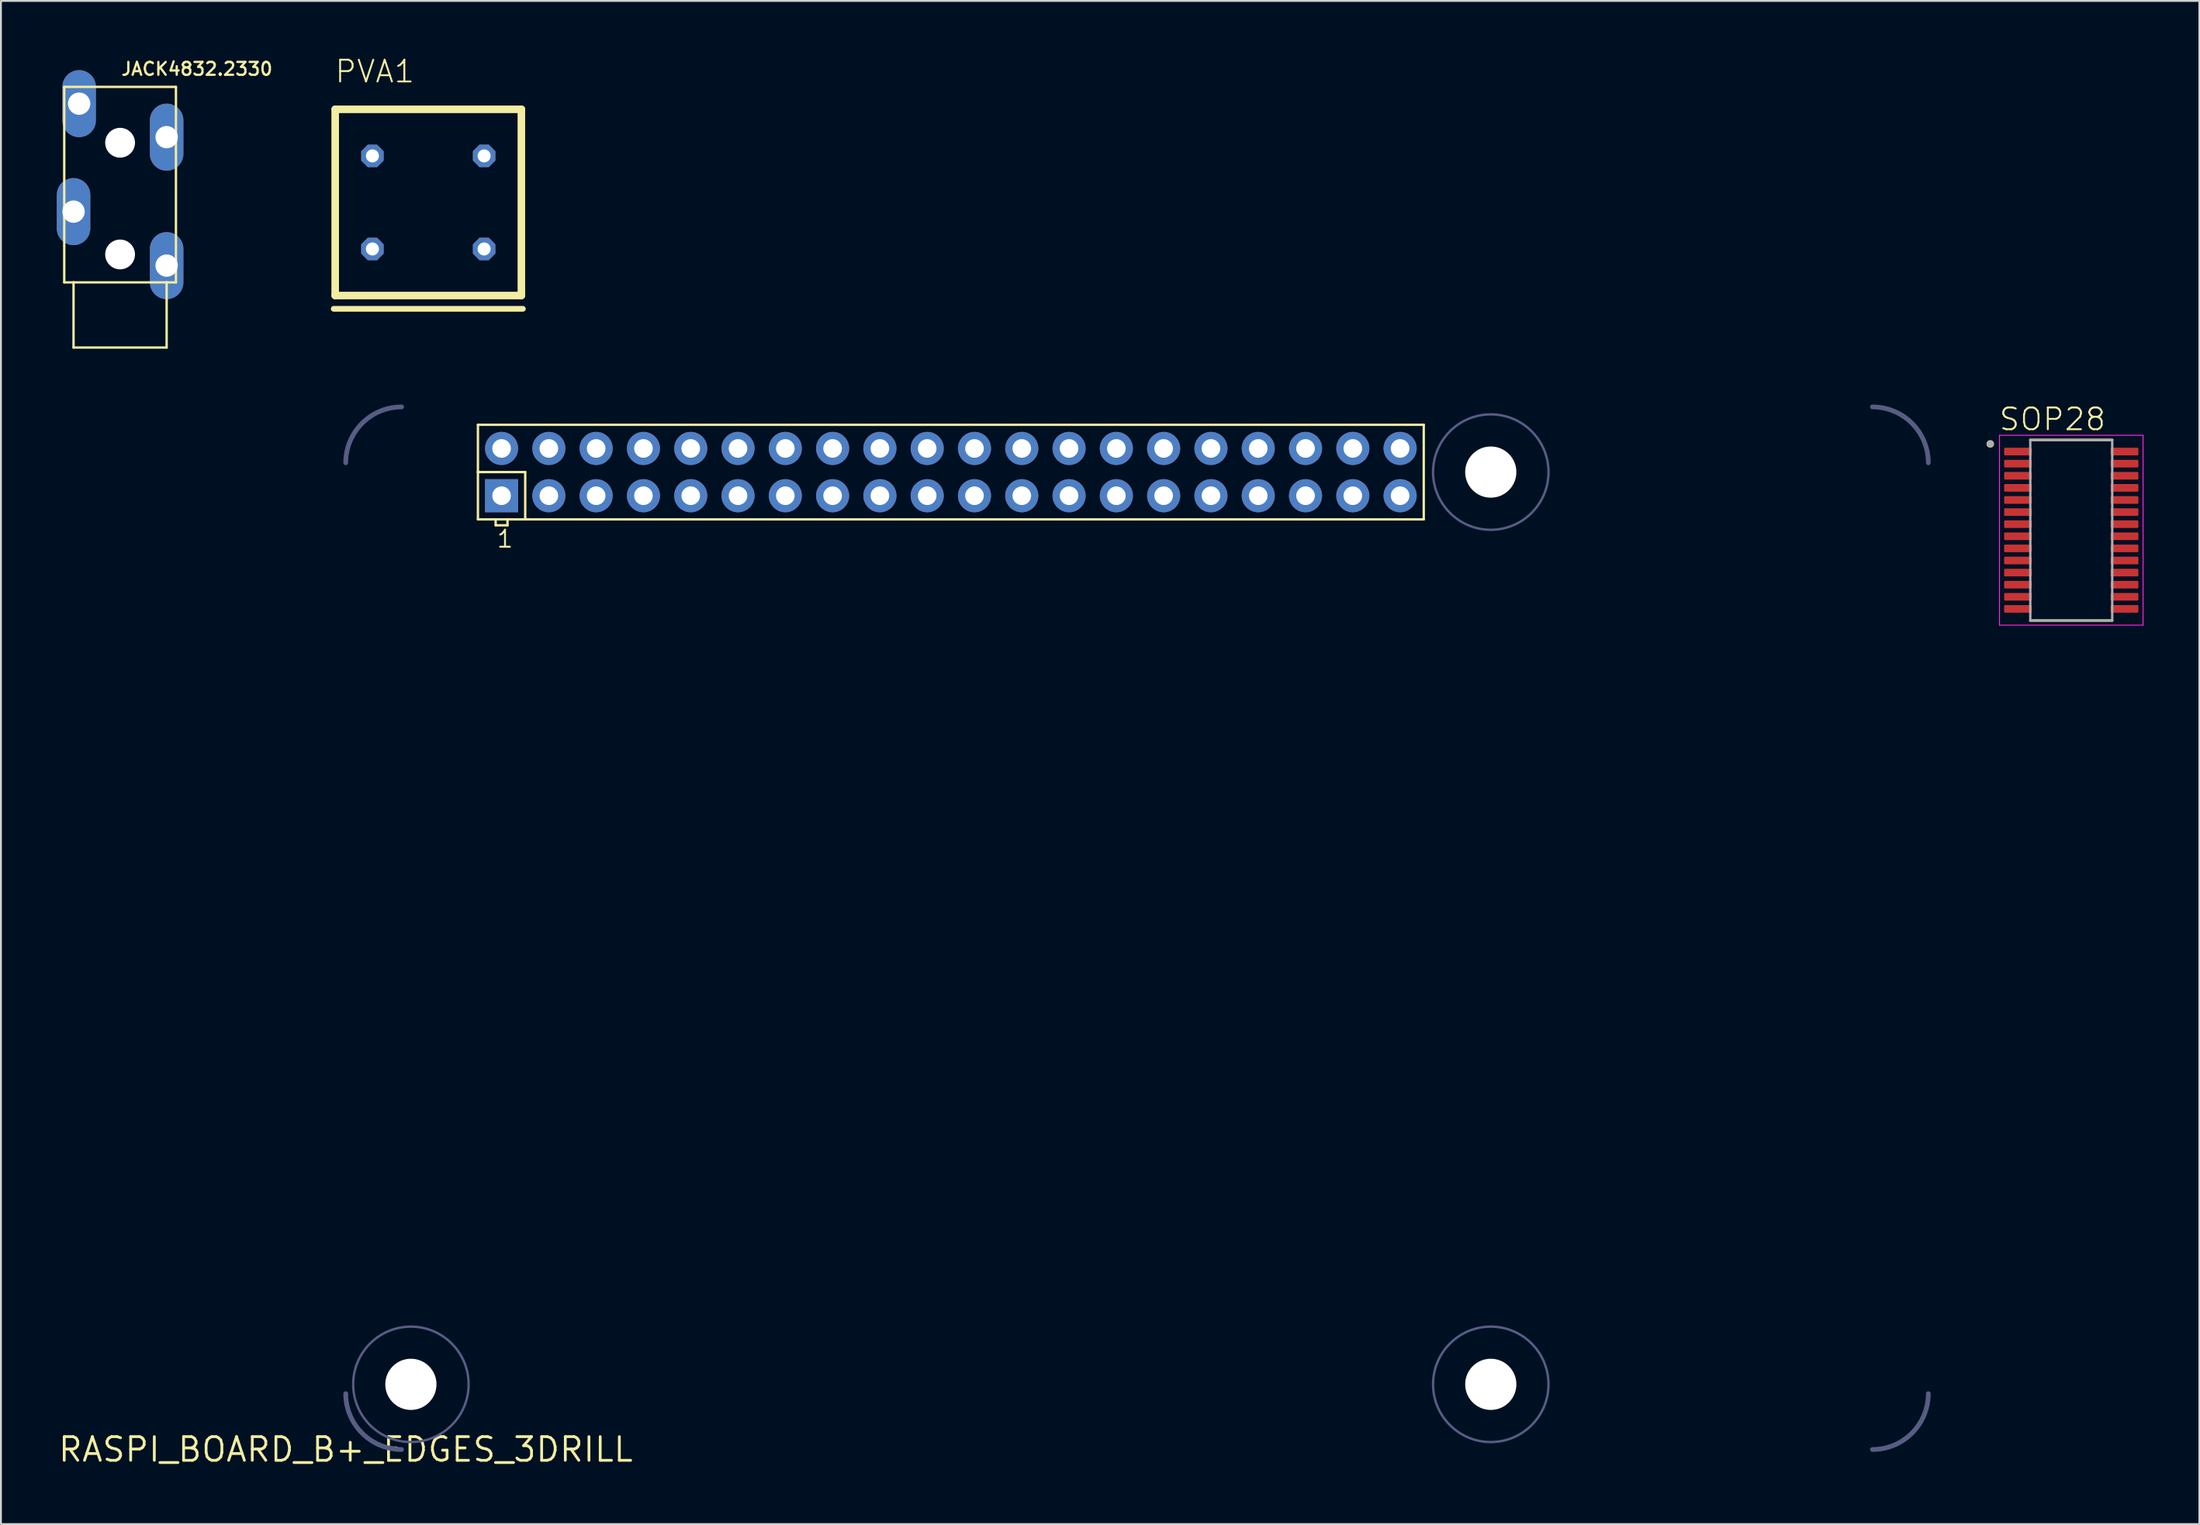
<source format=kicad_pcb>
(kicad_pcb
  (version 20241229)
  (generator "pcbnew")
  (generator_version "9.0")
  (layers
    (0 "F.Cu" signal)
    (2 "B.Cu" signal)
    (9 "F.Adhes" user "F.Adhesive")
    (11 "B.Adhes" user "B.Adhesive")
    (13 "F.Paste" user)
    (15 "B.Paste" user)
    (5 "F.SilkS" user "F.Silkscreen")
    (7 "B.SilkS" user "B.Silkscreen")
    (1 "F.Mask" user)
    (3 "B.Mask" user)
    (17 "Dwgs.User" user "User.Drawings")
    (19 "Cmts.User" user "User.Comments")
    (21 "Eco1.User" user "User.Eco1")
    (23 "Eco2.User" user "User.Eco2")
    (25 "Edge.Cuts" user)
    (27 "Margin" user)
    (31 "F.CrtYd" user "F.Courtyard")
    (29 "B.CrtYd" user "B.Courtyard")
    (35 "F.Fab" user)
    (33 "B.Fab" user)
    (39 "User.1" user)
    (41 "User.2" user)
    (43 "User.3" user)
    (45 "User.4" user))
  (footprint "SOP28"
    (layer "F.Cu")
    (at 108.196 25.43)
    (property "Reference" "SOP28" (at -3.94 -5.277 0) (layer "F.SilkS") (effects (font (size 1.168 1.168) (thickness 0.102)) (justify left bottom)))
    (fp_line (start -2.2 -4.85) (end 2.2 -4.85) (stroke (width 0.127) (type solid)) (layer "F.SilkS"))
    (fp_line (start -2.2 4.85) (end 2.2 4.85) (stroke (width 0.127) (type solid)) (layer "F.SilkS"))
    (fp_circle (center -4.35 -4.635) (end -4.25 -4.635) (stroke (width 0.2) (type solid)) (fill no) (layer "F.SilkS"))
    (fp_line (start -3.855 -5.1) (end -3.855 5.1) (stroke (width 0.05) (type solid)) (layer "F.CrtYd"))
    (fp_line (start -3.855 -5.1) (end 3.855 -5.1) (stroke (width 0.05) (type solid)) (layer "F.CrtYd"))
    (fp_line (start -3.855 5.1) (end 3.855 5.1) (stroke (width 0.05) (type solid)) (layer "F.CrtYd"))
    (fp_line (start 3.855 -5.1) (end 3.855 5.1) (stroke (width 0.05) (type solid)) (layer "F.CrtYd"))
    (fp_line (start -2.2 -4.85) (end -2.2 4.85) (stroke (width 0.127) (type solid)) (layer "F.Fab"))
    (fp_line (start -2.2 -4.85) (end 2.2 -4.85) (stroke (width 0.127) (type solid)) (layer "F.Fab"))
    (fp_line (start -2.2 4.85) (end 2.2 4.85) (stroke (width 0.127) (type solid)) (layer "F.Fab"))
    (fp_line (start 2.2 -4.85) (end 2.2 4.85) (stroke (width 0.127) (type solid)) (layer "F.Fab"))
    (fp_circle (center -4.35 -4.635) (end -4.25 -4.635) (stroke (width 0.2) (type solid)) (fill no) (layer "F.Fab"))
    (pad "1" smd roundrect (at -2.86 -4.225) (size 1.49 0.41) (layers "F.Cu" "F.Mask" "F.Paste") (roundrect_rratio 0.125))
    (pad "2" smd roundrect (at -2.86 -3.575) (size 1.49 0.41) (layers "F.Cu" "F.Mask" "F.Paste") (roundrect_rratio 0.125))
    (pad "3" smd roundrect (at -2.86 -2.925) (size 1.49 0.41) (layers "F.Cu" "F.Mask" "F.Paste") (roundrect_rratio 0.125))
    (pad "4" smd roundrect (at -2.86 -2.275) (size 1.49 0.41) (layers "F.Cu" "F.Mask" "F.Paste") (roundrect_rratio 0.125))
    (pad "5" smd roundrect (at -2.86 -1.625) (size 1.49 0.41) (layers "F.Cu" "F.Mask" "F.Paste") (roundrect_rratio 0.125))
    (pad "6" smd roundrect (at -2.86 -0.975) (size 1.49 0.41) (layers "F.Cu" "F.Mask" "F.Paste") (roundrect_rratio 0.125))
    (pad "7" smd roundrect (at -2.86 -0.325) (size 1.49 0.41) (layers "F.Cu" "F.Mask" "F.Paste") (roundrect_rratio 0.125))
    (pad "8" smd roundrect (at -2.86 0.325) (size 1.49 0.41) (layers "F.Cu" "F.Mask" "F.Paste") (roundrect_rratio 0.125))
    (pad "9" smd roundrect (at -2.86 0.975) (size 1.49 0.41) (layers "F.Cu" "F.Mask" "F.Paste") (roundrect_rratio 0.125))
    (pad "10" smd roundrect (at -2.86 1.625) (size 1.49 0.41) (layers "F.Cu" "F.Mask" "F.Paste") (roundrect_rratio 0.125))
    (pad "11" smd roundrect (at -2.86 2.275) (size 1.49 0.41) (layers "F.Cu" "F.Mask" "F.Paste") (roundrect_rratio 0.125))
    (pad "12" smd roundrect (at -2.86 2.925) (size 1.49 0.41) (layers "F.Cu" "F.Mask" "F.Paste") (roundrect_rratio 0.125))
    (pad "13" smd roundrect (at -2.86 3.575) (size 1.49 0.41) (layers "F.Cu" "F.Mask" "F.Paste") (roundrect_rratio 0.125))
    (pad "14" smd roundrect (at -2.86 4.225) (size 1.49 0.41) (layers "F.Cu" "F.Mask" "F.Paste") (roundrect_rratio 0.125))
    (pad "15" smd roundrect (at 2.86 4.225) (size 1.49 0.41) (layers "F.Cu" "F.Mask" "F.Paste") (roundrect_rratio 0.125))
    (pad "16" smd roundrect (at 2.86 3.575) (size 1.49 0.41) (layers "F.Cu" "F.Mask" "F.Paste") (roundrect_rratio 0.125))
    (pad "17" smd roundrect (at 2.86 2.925) (size 1.49 0.41) (layers "F.Cu" "F.Mask" "F.Paste") (roundrect_rratio 0.125))
    (pad "18" smd roundrect (at 2.86 2.275) (size 1.49 0.41) (layers "F.Cu" "F.Mask" "F.Paste") (roundrect_rratio 0.125))
    (pad "19" smd roundrect (at 2.86 1.625) (size 1.49 0.41) (layers "F.Cu" "F.Mask" "F.Paste") (roundrect_rratio 0.125))
    (pad "20" smd roundrect (at 2.86 0.975) (size 1.49 0.41) (layers "F.Cu" "F.Mask" "F.Paste") (roundrect_rratio 0.125))
    (pad "21" smd roundrect (at 2.86 0.325) (size 1.49 0.41) (layers "F.Cu" "F.Mask" "F.Paste") (roundrect_rratio 0.125))
    (pad "22" smd roundrect (at 2.86 -0.325) (size 1.49 0.41) (layers "F.Cu" "F.Mask" "F.Paste") (roundrect_rratio 0.125))
    (pad "23" smd roundrect (at 2.86 -0.975) (size 1.49 0.41) (layers "F.Cu" "F.Mask" "F.Paste") (roundrect_rratio 0.125))
    (pad "24" smd roundrect (at 2.86 -1.625) (size 1.49 0.41) (layers "F.Cu" "F.Mask" "F.Paste") (roundrect_rratio 0.125))
    (pad "25" smd roundrect (at 2.86 -2.275) (size 1.49 0.41) (layers "F.Cu" "F.Mask" "F.Paste") (roundrect_rratio 0.125))
    (pad "26" smd roundrect (at 2.86 -2.925) (size 1.49 0.41) (layers "F.Cu" "F.Mask" "F.Paste") (roundrect_rratio 0.125))
    (pad "27" smd roundrect (at 2.86 -3.575) (size 1.49 0.41) (layers "F.Cu" "F.Mask" "F.Paste") (roundrect_rratio 0.125))
    (pad "28" smd roundrect (at 2.86 -4.225) (size 1.49 0.41) (layers "F.Cu" "F.Mask" "F.Paste") (roundrect_rratio 0.125)))
  (footprint "PVA1"
    (layer "F.Cu")
    (at 19.953 7.823)
    (property "Reference" "PVA1" (at -5.08 -6.35 0) (layer "F.SilkS") (effects (font (size 1.168 1.168) (thickness 0.102)) (justify left bottom)))
    (fp_line (start -5.08 5.715) (end 5.08 5.715) (stroke (width 0.305) (type solid)) (layer "F.SilkS"))
    (fp_line (start -5 -5) (end 5 -5) (stroke (width 0.406) (type solid)) (layer "F.SilkS"))
    (fp_line (start -5 5) (end -5 -5) (stroke (width 0.406) (type solid)) (layer "F.SilkS"))
    (fp_line (start 5 -5) (end 5 5) (stroke (width 0.406) (type solid)) (layer "F.SilkS"))
    (fp_line (start 5 5) (end -5 5) (stroke (width 0.406) (type solid)) (layer "F.SilkS"))
    (pad "1" thru_hole roundrect (at -3 2.5) (size 1.208 1.208) (drill 0.7) (layers "*.Cu" "*.Mask") (roundrect_rratio 0.25) (chamfer_ratio 0.293) (chamfer top_left top_right bottom_left bottom_right))
    (pad "2" thru_hole roundrect (at -3 -2.5) (size 1.208 1.208) (drill 0.7) (layers "*.Cu" "*.Mask") (roundrect_rratio 0.25) (chamfer_ratio 0.293) (chamfer top_left top_right bottom_left bottom_right))
    (pad "3" thru_hole roundrect (at 3 -2.5) (size 1.208 1.208) (drill 0.7) (layers "*.Cu" "*.Mask") (roundrect_rratio 0.25) (chamfer_ratio 0.293) (chamfer top_left top_right bottom_left bottom_right))
    (pad "4" thru_hole roundrect (at 3 2.5) (size 1.208 1.208) (drill 0.7) (layers "*.Cu" "*.Mask") (roundrect_rratio 0.25) (chamfer_ratio 0.293) (chamfer top_left top_right bottom_left bottom_right)))
  (footprint "JACK4832.2330"
    (layer "F.Cu")
    (at 3.4 11.217)
    (property "Reference" "JACK4832.2330" (at 0 -10.16 0) (layer "F.SilkS") (effects (font (size 0.691 0.691) (thickness 0.122)) (justify left bottom)))
    (fp_line (start -3 -9.6) (end 3 -9.6) (stroke (width 0.127) (type solid)) (layer "F.SilkS"))
    (fp_line (start -3 0.9) (end -3 -9.6) (stroke (width 0.127) (type solid)) (layer "F.SilkS"))
    (fp_line (start -2.5 0.9) (end -3 0.9) (stroke (width 0.127) (type solid)) (layer "F.SilkS"))
    (fp_line (start -2.5 4.4) (end -2.5 0.9) (stroke (width 0.127) (type solid)) (layer "F.SilkS"))
    (fp_line (start 2.5 0.9) (end -2.5 0.9) (stroke (width 0.127) (type solid)) (layer "F.SilkS"))
    (fp_line (start 2.5 0.9) (end 2.5 4.4) (stroke (width 0.127) (type solid)) (layer "F.SilkS"))
    (fp_line (start 2.5 4.4) (end -2.5 4.4) (stroke (width 0.127) (type solid)) (layer "F.SilkS"))
    (fp_line (start 3 -9.6) (end 3 0.9) (stroke (width 0.127) (type solid)) (layer "F.SilkS"))
    (fp_line (start 3 0.9) (end 2.5 0.9) (stroke (width 0.127) (type solid)) (layer "F.SilkS"))
    (pad "" np_thru_hole circle (at 0 -6.6) (size 1.6 1.6) (drill 1.6) (layers "*.Cu" "*.Mask"))
    (pad "" np_thru_hole circle (at 0 -0.6) (size 1.6 1.6) (drill 1.6) (layers "*.Cu" "*.Mask"))
    (pad "R" thru_hole oval (at -2.5 -2.9 90) (size 3.6 1.8) (drill 1.2) (layers "*.Cu" "*.Mask"))
    (pad "S" thru_hole oval (at 2.5 0 90) (size 3.6 1.8) (drill 1.2) (layers "*.Cu" "*.Mask"))
    (pad "SW" thru_hole oval (at -2.2 -8.7 90) (size 3.6 1.8) (drill 1.2) (layers "*.Cu" "*.Mask"))
    (pad "T" thru_hole oval (at 2.5 -6.9 90) (size 3.6 1.8) (drill 1.2) (layers "*.Cu" "*.Mask")))
  (footprint "RASPI_BOARD_B+_EDGES_3DRILL"
    (layer "F.Cu")
    (at 15.519 74.807)
    (property "Reference" "RASPI_BOARD_B+_EDGES_3DRILL" (at 0 0 0) (layer "F.SilkS") (effects (font (size 1.27 1.27) (thickness 0.15))))
    (fp_line (start 7.1 -55.04) (end 7.1 -52.5) (stroke (width 0.127) (type solid)) (layer "F.SilkS"))
    (fp_line (start 7.1 -52.5) (end 7.1 -49.96) (stroke (width 0.127) (type solid)) (layer "F.SilkS"))
    (fp_line (start 7.1 -52.5) (end 9.64 -52.5) (stroke (width 0.127) (type solid)) (layer "F.SilkS"))
    (fp_line (start 7.1 -49.96) (end 8.053 -49.96) (stroke (width 0.127) (type solid)) (layer "F.SilkS"))
    (fp_line (start 8.053 -49.96) (end 8.053 -49.642) (stroke (width 0.127) (type solid)) (layer "F.SilkS"))
    (fp_line (start 8.053 -49.96) (end 8.688 -49.96) (stroke (width 0.127) (type solid)) (layer "F.SilkS"))
    (fp_line (start 8.053 -49.642) (end 8.688 -49.642) (stroke (width 0.127) (type solid)) (layer "F.SilkS"))
    (fp_line (start 8.688 -49.96) (end 9.64 -49.96) (stroke (width 0.127) (type solid)) (layer "F.SilkS"))
    (fp_line (start 8.688 -49.642) (end 8.688 -49.96) (stroke (width 0.127) (type solid)) (layer "F.SilkS"))
    (fp_line (start 9.64 -52.5) (end 9.64 -49.96) (stroke (width 0.127) (type solid)) (layer "F.SilkS"))
    (fp_line (start 9.64 -49.96) (end 57.9 -49.96) (stroke (width 0.127) (type solid)) (layer "F.SilkS"))
    (fp_line (start 57.9 -55.04) (end 7.1 -55.04) (stroke (width 0.127) (type solid)) (layer "F.SilkS"))
    (fp_line (start 57.9 -49.96) (end 57.9 -55.04) (stroke (width 0.127) (type solid)) (layer "F.SilkS"))
    (fp_arc (start 0 -53) (mid 0.87868 -55.12132) (end 3 -56) (stroke (width 0.254) (type solid)) (layer "B.Fab"))
    (fp_arc (start 3 0) (mid 0.87868 -0.87868) (end 0 -3) (stroke (width 0.254) (type solid)) (layer "B.Fab"))
    (fp_arc (start 82 -56) (mid 84.12132 -55.12132) (end 85 -53) (stroke (width 0.254) (type solid)) (layer "B.Fab"))
    (fp_arc (start 85 -3) (mid 84.12132 -0.87868) (end 82 0) (stroke (width 0.254) (type solid)) (layer "B.Fab"))
    (fp_circle (center 3.5 -3.5) (end 6.6 -3.5) (stroke (width 0.127) (type solid)) (fill no) (layer "B.Fab"))
    (fp_circle (center 61.5 -52.5) (end 64.6 -52.5) (stroke (width 0.127) (type solid)) (fill no) (layer "B.Fab"))
    (fp_circle (center 61.5 -3.5) (end 64.6 -3.5) (stroke (width 0.127) (type solid)) (fill no) (layer "B.Fab"))
    (fp_text user "1" (at 8.053 -48.373 0) (layer "F.SilkS") (effects (font (size 0.914 0.914) (thickness 0.102)) (justify left bottom)))
    (pad "" np_thru_hole circle (at 3.5 -3.5) (size 2.75 2.75) (drill 2.75) (layers "*.Cu" "*.Mask"))
    (pad "" np_thru_hole circle (at 61.5 -52.5) (size 2.75 2.75) (drill 2.75) (layers "*.Cu" "*.Mask"))
    (pad "" np_thru_hole circle (at 61.5 -3.5) (size 2.75 2.75) (drill 2.75) (layers "*.Cu" "*.Mask"))
    (pad "1" thru_hole rect (at 8.37 -51.23) (size 1.778 1.778) (drill 1) (layers "*.Cu" "*.Mask"))
    (pad "2" thru_hole circle (at 8.37 -53.77) (size 1.778 1.778) (drill 1) (layers "*.Cu" "*.Mask"))
    (pad "3" thru_hole circle (at 10.91 -51.23) (size 1.778 1.778) (drill 1) (layers "*.Cu" "*.Mask"))
    (pad "4" thru_hole circle (at 10.91 -53.77) (size 1.778 1.778) (drill 1) (layers "*.Cu" "*.Mask"))
    (pad "5" thru_hole circle (at 13.45 -51.23) (size 1.778 1.778) (drill 1) (layers "*.Cu" "*.Mask"))
    (pad "6" thru_hole circle (at 13.45 -53.77) (size 1.778 1.778) (drill 1) (layers "*.Cu" "*.Mask"))
    (pad "7" thru_hole circle (at 15.99 -51.23) (size 1.778 1.778) (drill 1) (layers "*.Cu" "*.Mask"))
    (pad "8" thru_hole circle (at 15.99 -53.77) (size 1.778 1.778) (drill 1) (layers "*.Cu" "*.Mask"))
    (pad "9" thru_hole circle (at 18.53 -51.23) (size 1.778 1.778) (drill 1) (layers "*.Cu" "*.Mask"))
    (pad "10" thru_hole circle (at 18.53 -53.77) (size 1.778 1.778) (drill 1) (layers "*.Cu" "*.Mask"))
    (pad "11" thru_hole circle (at 21.07 -51.23) (size 1.778 1.778) (drill 1) (layers "*.Cu" "*.Mask"))
    (pad "12" thru_hole circle (at 21.07 -53.77) (size 1.778 1.778) (drill 1) (layers "*.Cu" "*.Mask"))
    (pad "13" thru_hole circle (at 23.61 -51.23) (size 1.778 1.778) (drill 1) (layers "*.Cu" "*.Mask"))
    (pad "14" thru_hole circle (at 23.61 -53.77) (size 1.778 1.778) (drill 1) (layers "*.Cu" "*.Mask"))
    (pad "15" thru_hole circle (at 26.15 -51.23) (size 1.778 1.778) (drill 1) (layers "*.Cu" "*.Mask"))
    (pad "16" thru_hole circle (at 26.15 -53.77) (size 1.778 1.778) (drill 1) (layers "*.Cu" "*.Mask"))
    (pad "17" thru_hole circle (at 28.69 -51.23) (size 1.778 1.778) (drill 1) (layers "*.Cu" "*.Mask"))
    (pad "18" thru_hole circle (at 28.69 -53.77) (size 1.778 1.778) (drill 1) (layers "*.Cu" "*.Mask"))
    (pad "19" thru_hole circle (at 31.23 -51.23) (size 1.778 1.778) (drill 1) (layers "*.Cu" "*.Mask"))
    (pad "20" thru_hole circle (at 31.23 -53.77) (size 1.778 1.778) (drill 1) (layers "*.Cu" "*.Mask"))
    (pad "21" thru_hole circle (at 33.77 -51.23) (size 1.778 1.778) (drill 1) (layers "*.Cu" "*.Mask"))
    (pad "22" thru_hole circle (at 33.77 -53.77) (size 1.778 1.778) (drill 1) (layers "*.Cu" "*.Mask"))
    (pad "23" thru_hole circle (at 36.31 -51.23) (size 1.778 1.778) (drill 1) (layers "*.Cu" "*.Mask"))
    (pad "24" thru_hole circle (at 36.31 -53.77) (size 1.778 1.778) (drill 1) (layers "*.Cu" "*.Mask"))
    (pad "25" thru_hole circle (at 38.85 -51.23) (size 1.778 1.778) (drill 1) (layers "*.Cu" "*.Mask"))
    (pad "26" thru_hole circle (at 38.85 -53.77) (size 1.778 1.778) (drill 1) (layers "*.Cu" "*.Mask"))
    (pad "27" thru_hole circle (at 41.39 -51.23) (size 1.778 1.778) (drill 1) (layers "*.Cu" "*.Mask"))
    (pad "28" thru_hole circle (at 41.39 -53.77) (size 1.778 1.778) (drill 1) (layers "*.Cu" "*.Mask"))
    (pad "29" thru_hole circle (at 43.93 -51.23) (size 1.778 1.778) (drill 1) (layers "*.Cu" "*.Mask"))
    (pad "30" thru_hole circle (at 43.93 -53.77) (size 1.778 1.778) (drill 1) (layers "*.Cu" "*.Mask"))
    (pad "31" thru_hole circle (at 46.47 -51.23) (size 1.778 1.778) (drill 1) (layers "*.Cu" "*.Mask"))
    (pad "32" thru_hole circle (at 46.47 -53.77) (size 1.778 1.778) (drill 1) (layers "*.Cu" "*.Mask"))
    (pad "33" thru_hole circle (at 49.01 -51.23) (size 1.778 1.778) (drill 1) (layers "*.Cu" "*.Mask"))
    (pad "34" thru_hole circle (at 49.01 -53.77) (size 1.778 1.778) (drill 1) (layers "*.Cu" "*.Mask"))
    (pad "35" thru_hole circle (at 51.55 -51.23) (size 1.778 1.778) (drill 1) (layers "*.Cu" "*.Mask"))
    (pad "36" thru_hole circle (at 51.55 -53.77) (size 1.778 1.778) (drill 1) (layers "*.Cu" "*.Mask"))
    (pad "37" thru_hole circle (at 54.09 -51.23) (size 1.778 1.778) (drill 1) (layers "*.Cu" "*.Mask"))
    (pad "38" thru_hole circle (at 54.09 -53.77) (size 1.778 1.778) (drill 1) (layers "*.Cu" "*.Mask"))
    (pad "39" thru_hole circle (at 56.63 -51.23) (size 1.778 1.778) (drill 1) (layers "*.Cu" "*.Mask"))
    (pad "40" thru_hole circle (at 56.63 -53.77) (size 1.778 1.778) (drill 1) (layers "*.Cu" "*.Mask")))
  (gr_rect
    (start -3 -3)
    (end 115.076 78.813)
    (stroke (width 0.1) (type default))
    (fill no)
    (layer "Edge.Cuts")))
</source>
